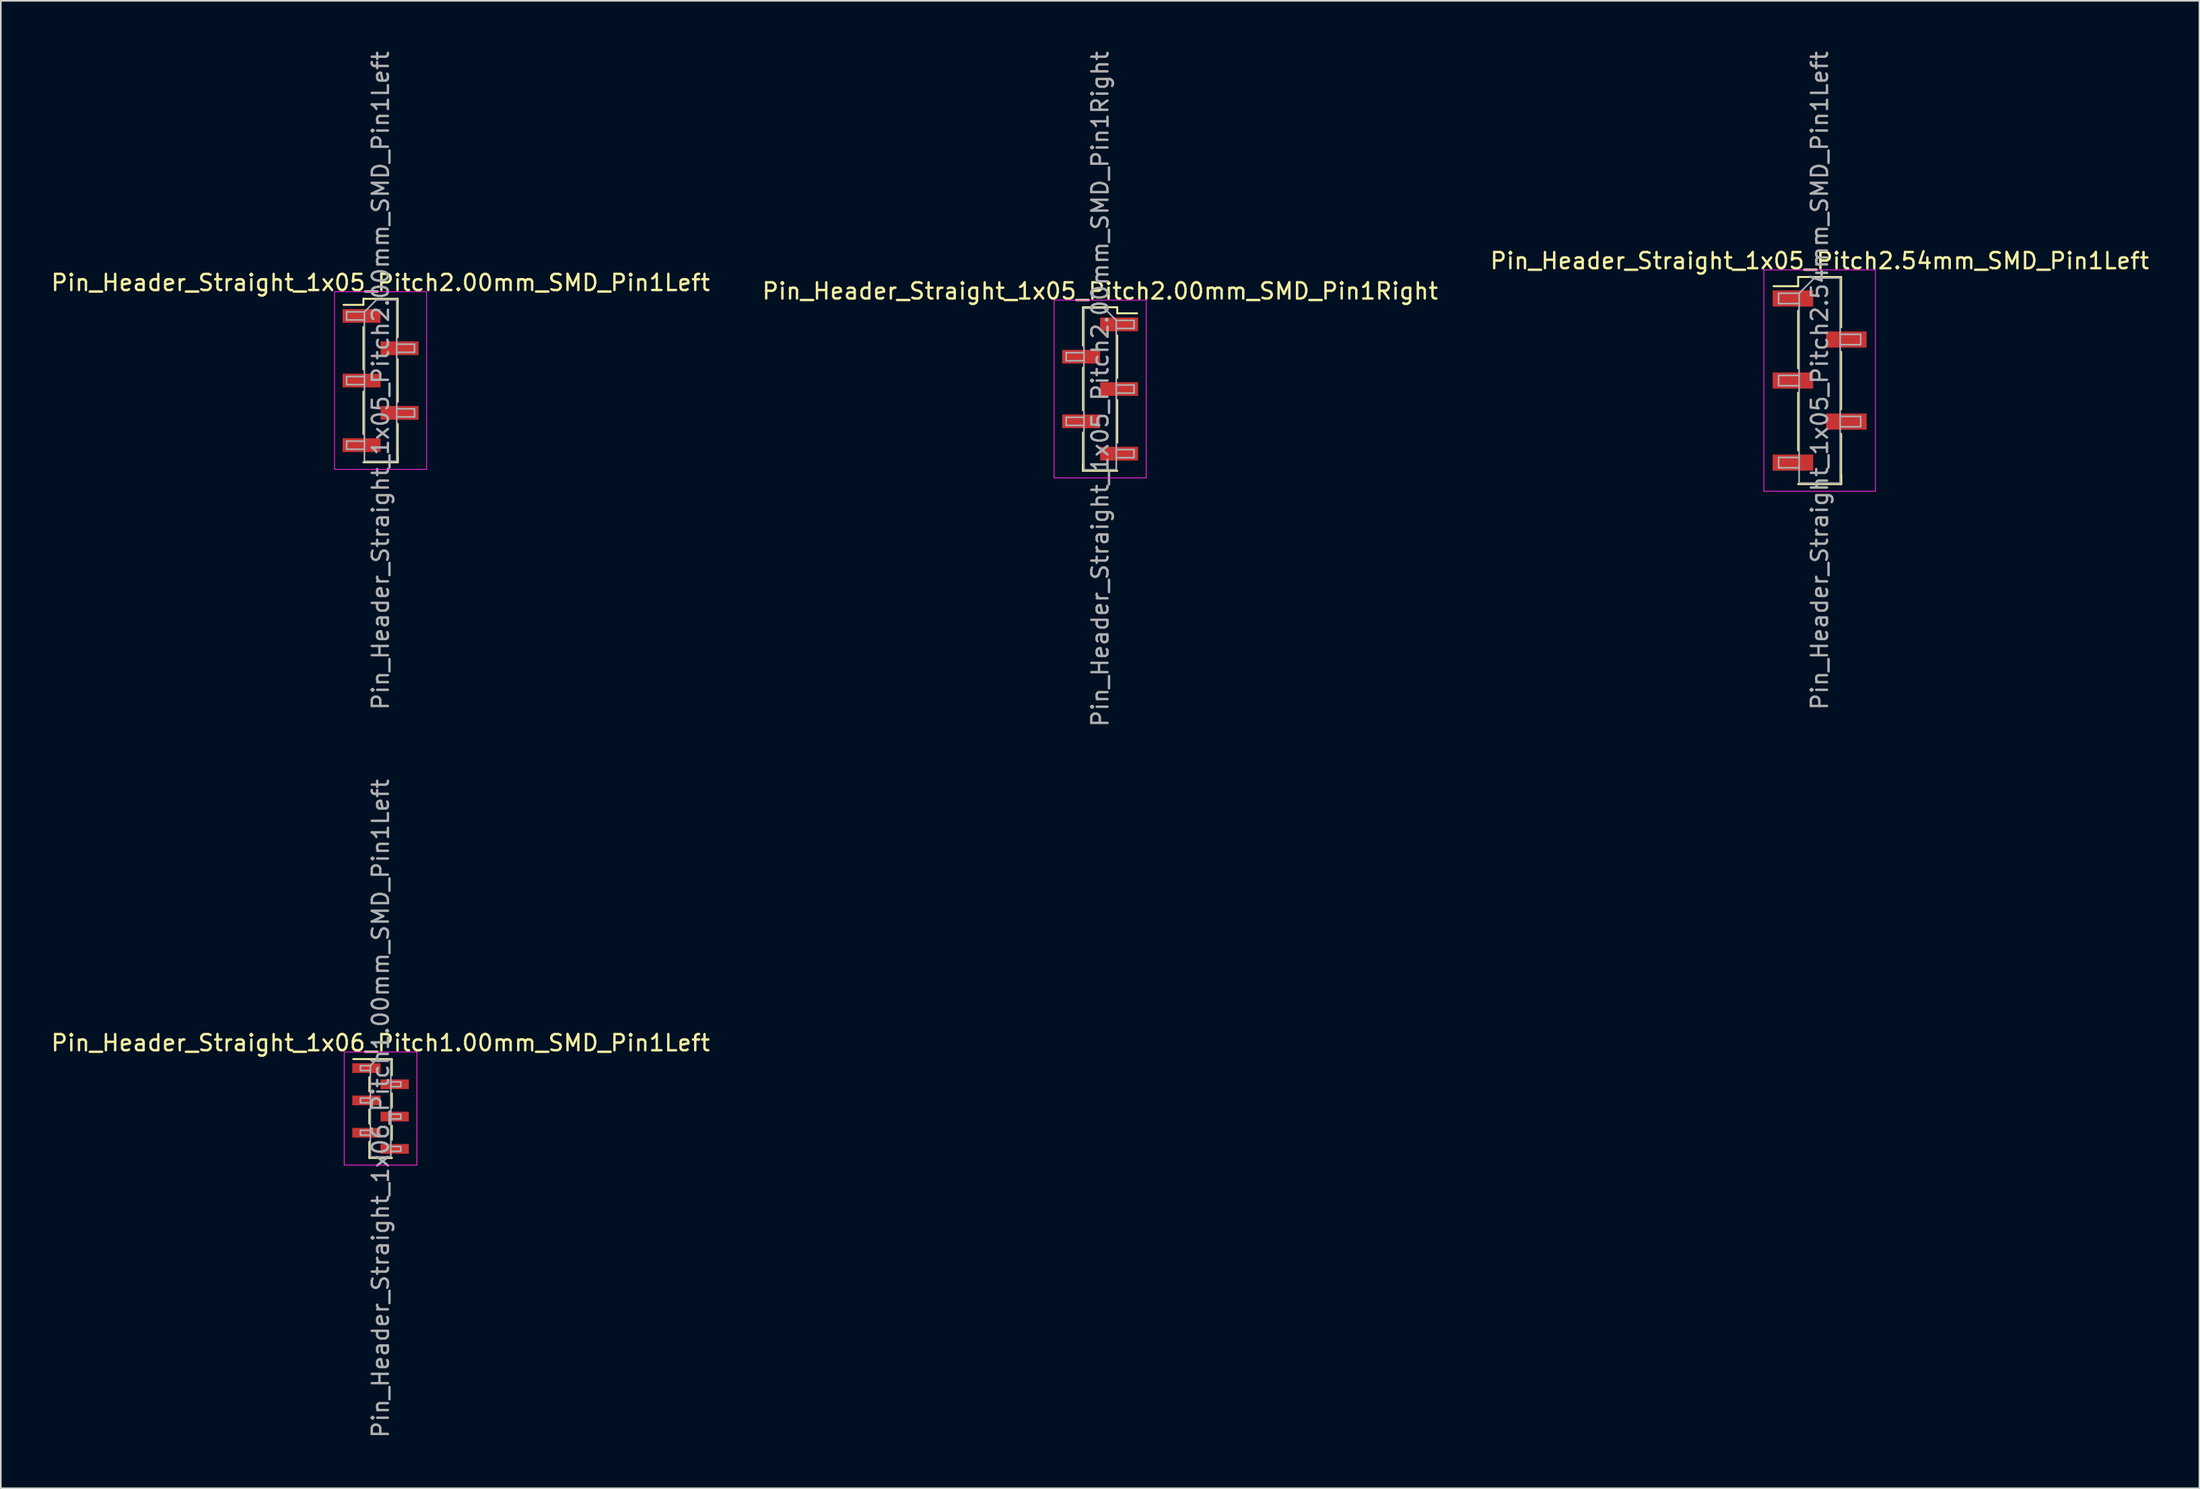
<source format=kicad_pcb>
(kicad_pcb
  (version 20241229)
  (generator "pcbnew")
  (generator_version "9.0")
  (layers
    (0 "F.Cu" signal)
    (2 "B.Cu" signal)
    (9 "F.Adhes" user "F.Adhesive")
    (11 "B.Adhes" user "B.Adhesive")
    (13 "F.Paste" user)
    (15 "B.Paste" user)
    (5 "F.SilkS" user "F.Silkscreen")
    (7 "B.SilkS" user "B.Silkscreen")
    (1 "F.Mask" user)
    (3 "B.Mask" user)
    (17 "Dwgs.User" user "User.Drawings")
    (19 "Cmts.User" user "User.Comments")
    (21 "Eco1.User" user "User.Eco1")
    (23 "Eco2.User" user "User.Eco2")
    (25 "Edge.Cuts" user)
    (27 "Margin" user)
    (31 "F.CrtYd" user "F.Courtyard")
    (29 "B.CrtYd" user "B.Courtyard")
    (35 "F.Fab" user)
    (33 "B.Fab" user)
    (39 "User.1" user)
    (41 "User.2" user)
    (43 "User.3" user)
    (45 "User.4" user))
  (footprint "Pin_Header_Straight_1x05_Pitch2.00mm_SMD_Pin1Left"
    (layer "F.Cu")
    (at 20.506 20.506)
    (property "Reference" "Pin_Header_Straight_1x05_Pitch2.00mm_SMD_Pin1Left" (at 0 -6.06 0) (layer "F.SilkS") (effects (font (size 1 1) (thickness 0.15))))
    (attr smd)
    (fp_line (start -1.06 -5.06) (end -1.06 -4.685) (stroke (width 0.12) (type solid)) (layer "F.SilkS"))
    (fp_line (start -1.06 -5.06) (end 1.06 -5.06) (stroke (width 0.12) (type solid)) (layer "F.SilkS"))
    (fp_line (start -1.06 -4.685) (end -2.29 -4.685) (stroke (width 0.12) (type solid)) (layer "F.SilkS"))
    (fp_line (start -1.06 -3.315) (end -1.06 -0.685) (stroke (width 0.12) (type solid)) (layer "F.SilkS"))
    (fp_line (start -1.06 0.685) (end -1.06 3.315) (stroke (width 0.12) (type solid)) (layer "F.SilkS"))
    (fp_line (start -1.06 5.06) (end 1.06 5.06) (stroke (width 0.12) (type solid)) (layer "F.SilkS"))
    (fp_line (start 1.06 -5.06) (end 1.06 -2.685) (stroke (width 0.12) (type solid)) (layer "F.SilkS"))
    (fp_line (start 1.06 -1.315) (end 1.06 1.315) (stroke (width 0.12) (type solid)) (layer "F.SilkS"))
    (fp_line (start 1.06 2.685) (end 1.06 5.06) (stroke (width 0.12) (type solid)) (layer "F.SilkS"))
    (fp_line (start 1.06 4.685) (end 1.06 5.06) (stroke (width 0.12) (type solid)) (layer "F.SilkS"))
    (fp_line (start -2.85 -5.5) (end -2.85 5.5) (stroke (width 0.05) (type solid)) (layer "F.CrtYd"))
    (fp_line (start -2.85 5.5) (end 2.85 5.5) (stroke (width 0.05) (type solid)) (layer "F.CrtYd"))
    (fp_line (start 2.85 -5.5) (end -2.85 -5.5) (stroke (width 0.05) (type solid)) (layer "F.CrtYd"))
    (fp_line (start 2.85 5.5) (end 2.85 -5.5) (stroke (width 0.05) (type solid)) (layer "F.CrtYd"))
    (fp_line (start -2.1 -4.25) (end -2.1 -3.75) (stroke (width 0.1) (type solid)) (layer "F.Fab"))
    (fp_line (start -2.1 -3.75) (end -1 -3.75) (stroke (width 0.1) (type solid)) (layer "F.Fab"))
    (fp_line (start -2.1 -0.25) (end -2.1 0.25) (stroke (width 0.1) (type solid)) (layer "F.Fab"))
    (fp_line (start -2.1 0.25) (end -1 0.25) (stroke (width 0.1) (type solid)) (layer "F.Fab"))
    (fp_line (start -2.1 3.75) (end -2.1 4.25) (stroke (width 0.1) (type solid)) (layer "F.Fab"))
    (fp_line (start -2.1 4.25) (end -1 4.25) (stroke (width 0.1) (type solid)) (layer "F.Fab"))
    (fp_line (start -1 -4.25) (end -2.1 -4.25) (stroke (width 0.1) (type solid)) (layer "F.Fab"))
    (fp_line (start -1 -4.25) (end -0.25 -5) (stroke (width 0.1) (type solid)) (layer "F.Fab"))
    (fp_line (start -1 -0.25) (end -2.1 -0.25) (stroke (width 0.1) (type solid)) (layer "F.Fab"))
    (fp_line (start -1 3.75) (end -2.1 3.75) (stroke (width 0.1) (type solid)) (layer "F.Fab"))
    (fp_line (start -1 5) (end -1 -4.25) (stroke (width 0.1) (type solid)) (layer "F.Fab"))
    (fp_line (start -0.25 -5) (end 1 -5) (stroke (width 0.1) (type solid)) (layer "F.Fab"))
    (fp_line (start 1 -5) (end 1 5) (stroke (width 0.1) (type solid)) (layer "F.Fab"))
    (fp_line (start 1 -2.25) (end 2.1 -2.25) (stroke (width 0.1) (type solid)) (layer "F.Fab"))
    (fp_line (start 1 1.75) (end 2.1 1.75) (stroke (width 0.1) (type solid)) (layer "F.Fab"))
    (fp_line (start 1 5) (end -1 5) (stroke (width 0.1) (type solid)) (layer "F.Fab"))
    (fp_line (start 2.1 -2.25) (end 2.1 -1.75) (stroke (width 0.1) (type solid)) (layer "F.Fab"))
    (fp_line (start 2.1 -1.75) (end 1 -1.75) (stroke (width 0.1) (type solid)) (layer "F.Fab"))
    (fp_line (start 2.1 1.75) (end 2.1 2.25) (stroke (width 0.1) (type solid)) (layer "F.Fab"))
    (fp_line (start 2.1 2.25) (end 1 2.25) (stroke (width 0.1) (type solid)) (layer "F.Fab"))
    (fp_text user "${REFERENCE}" (at 0 0 90) (layer "F.Fab") (effects (font (size 1 1) (thickness 0.15))))
    (pad "1" smd rect (at -1.175 -4) (size 2.35 0.85) (layers "F.Cu" "F.Mask" "F.Paste"))
    (pad "2" smd rect (at 1.175 -2) (size 2.35 0.85) (layers "F.Cu" "F.Mask" "F.Paste"))
    (pad "3" smd rect (at -1.175 0) (size 2.35 0.85) (layers "F.Cu" "F.Mask" "F.Paste"))
    (pad "4" smd rect (at 1.175 2) (size 2.35 0.85) (layers "F.Cu" "F.Mask" "F.Paste"))
    (pad "5" smd rect (at -1.175 4) (size 2.35 0.85) (layers "F.Cu" "F.Mask" "F.Paste")))
  (footprint "Pin_Header_Straight_1x06_Pitch1.00mm_SMD_Pin1Left"
    (layer "F.Cu")
    (at 20.506 65.565)
    (property "Reference" "Pin_Header_Straight_1x06_Pitch1.00mm_SMD_Pin1Left" (at 0 -4.06 0) (layer "F.SilkS") (effects (font (size 1 1) (thickness 0.15))))
    (attr smd)
    (fp_line (start -0.695 -3.06) (end -1.69 -3.06) (stroke (width 0.12) (type solid)) (layer "F.SilkS"))
    (fp_line (start -0.695 -3.06) (end -0.695 -3.06) (stroke (width 0.12) (type solid)) (layer "F.SilkS"))
    (fp_line (start -0.695 -3.06) (end 0.695 -3.06) (stroke (width 0.12) (type solid)) (layer "F.SilkS"))
    (fp_line (start -0.695 -1.94) (end -0.695 -1.06) (stroke (width 0.12) (type solid)) (layer "F.SilkS"))
    (fp_line (start -0.695 0.06) (end -0.695 0.94) (stroke (width 0.12) (type solid)) (layer "F.SilkS"))
    (fp_line (start -0.695 2.06) (end -0.695 3.06) (stroke (width 0.12) (type solid)) (layer "F.SilkS"))
    (fp_line (start -0.695 3.06) (end 0.695 3.06) (stroke (width 0.12) (type solid)) (layer "F.SilkS"))
    (fp_line (start 0.695 -3.06) (end 0.695 -2.06) (stroke (width 0.12) (type solid)) (layer "F.SilkS"))
    (fp_line (start 0.695 -0.94) (end 0.695 -0.06) (stroke (width 0.12) (type solid)) (layer "F.SilkS"))
    (fp_line (start 0.695 1.06) (end 0.695 1.94) (stroke (width 0.12) (type solid)) (layer "F.SilkS"))
    (fp_line (start 0.695 3.06) (end 0.695 3.06) (stroke (width 0.12) (type solid)) (layer "F.SilkS"))
    (fp_line (start -2.25 -3.5) (end -2.25 3.5) (stroke (width 0.05) (type solid)) (layer "F.CrtYd"))
    (fp_line (start -2.25 3.5) (end 2.25 3.5) (stroke (width 0.05) (type solid)) (layer "F.CrtYd"))
    (fp_line (start 2.25 -3.5) (end -2.25 -3.5) (stroke (width 0.05) (type solid)) (layer "F.CrtYd"))
    (fp_line (start 2.25 3.5) (end 2.25 -3.5) (stroke (width 0.05) (type solid)) (layer "F.CrtYd"))
    (fp_line (start -1.25 -2.65) (end -1.25 -2.35) (stroke (width 0.1) (type solid)) (layer "F.Fab"))
    (fp_line (start -1.25 -2.35) (end -0.635 -2.35) (stroke (width 0.1) (type solid)) (layer "F.Fab"))
    (fp_line (start -1.25 -0.65) (end -1.25 -0.35) (stroke (width 0.1) (type solid)) (layer "F.Fab"))
    (fp_line (start -1.25 -0.35) (end -0.635 -0.35) (stroke (width 0.1) (type solid)) (layer "F.Fab"))
    (fp_line (start -1.25 1.35) (end -1.25 1.65) (stroke (width 0.1) (type solid)) (layer "F.Fab"))
    (fp_line (start -1.25 1.65) (end -0.635 1.65) (stroke (width 0.1) (type solid)) (layer "F.Fab"))
    (fp_line (start -0.635 -2.65) (end -1.25 -2.65) (stroke (width 0.1) (type solid)) (layer "F.Fab"))
    (fp_line (start -0.635 -2.65) (end -0.285 -3) (stroke (width 0.1) (type solid)) (layer "F.Fab"))
    (fp_line (start -0.635 -0.65) (end -1.25 -0.65) (stroke (width 0.1) (type solid)) (layer "F.Fab"))
    (fp_line (start -0.635 1.35) (end -1.25 1.35) (stroke (width 0.1) (type solid)) (layer "F.Fab"))
    (fp_line (start -0.635 3) (end -0.635 -2.65) (stroke (width 0.1) (type solid)) (layer "F.Fab"))
    (fp_line (start -0.285 -3) (end 0.635 -3) (stroke (width 0.1) (type solid)) (layer "F.Fab"))
    (fp_line (start 0.635 -3) (end 0.635 3) (stroke (width 0.1) (type solid)) (layer "F.Fab"))
    (fp_line (start 0.635 -1.65) (end 1.25 -1.65) (stroke (width 0.1) (type solid)) (layer "F.Fab"))
    (fp_line (start 0.635 0.35) (end 1.25 0.35) (stroke (width 0.1) (type solid)) (layer "F.Fab"))
    (fp_line (start 0.635 2.35) (end 1.25 2.35) (stroke (width 0.1) (type solid)) (layer "F.Fab"))
    (fp_line (start 0.635 3) (end -0.635 3) (stroke (width 0.1) (type solid)) (layer "F.Fab"))
    (fp_line (start 1.25 -1.65) (end 1.25 -1.35) (stroke (width 0.1) (type solid)) (layer "F.Fab"))
    (fp_line (start 1.25 -1.35) (end 0.635 -1.35) (stroke (width 0.1) (type solid)) (layer "F.Fab"))
    (fp_line (start 1.25 0.35) (end 1.25 0.65) (stroke (width 0.1) (type solid)) (layer "F.Fab"))
    (fp_line (start 1.25 0.65) (end 0.635 0.65) (stroke (width 0.1) (type solid)) (layer "F.Fab"))
    (fp_line (start 1.25 2.35) (end 1.25 2.65) (stroke (width 0.1) (type solid)) (layer "F.Fab"))
    (fp_line (start 1.25 2.65) (end 0.635 2.65) (stroke (width 0.1) (type solid)) (layer "F.Fab"))
    (fp_text user "${REFERENCE}" (at 0 0 90) (layer "F.Fab") (effects (font (size 1 1) (thickness 0.15))))
    (pad "1" smd rect (at -0.875 -2.5) (size 1.75 0.6) (layers "F.Cu" "F.Mask" "F.Paste"))
    (pad "2" smd rect (at 0.875 -1.5) (size 1.75 0.6) (layers "F.Cu" "F.Mask" "F.Paste"))
    (pad "3" smd rect (at -0.875 -0.5) (size 1.75 0.6) (layers "F.Cu" "F.Mask" "F.Paste"))
    (pad "4" smd rect (at 0.875 0.5) (size 1.75 0.6) (layers "F.Cu" "F.Mask" "F.Paste"))
    (pad "5" smd rect (at -0.875 1.5) (size 1.75 0.6) (layers "F.Cu" "F.Mask" "F.Paste"))
    (pad "6" smd rect (at 0.875 2.5) (size 1.75 0.6) (layers "F.Cu" "F.Mask" "F.Paste")))
  (footprint "Pin_Header_Straight_1x05_Pitch2.00mm_SMD_Pin1Right"
    (layer "F.Cu")
    (at 65.042 21.03)
    (property "Reference" "Pin_Header_Straight_1x05_Pitch2.00mm_SMD_Pin1Right" (at 0 -6.06 0) (layer "F.SilkS") (effects (font (size 1 1) (thickness 0.15))))
    (attr smd)
    (fp_line (start -1.06 -5.06) (end -1.06 -2.685) (stroke (width 0.12) (type solid)) (layer "F.SilkS"))
    (fp_line (start -1.06 -5.06) (end 1.06 -5.06) (stroke (width 0.12) (type solid)) (layer "F.SilkS"))
    (fp_line (start -1.06 -1.315) (end -1.06 1.315) (stroke (width 0.12) (type solid)) (layer "F.SilkS"))
    (fp_line (start -1.06 2.685) (end -1.06 5.06) (stroke (width 0.12) (type solid)) (layer "F.SilkS"))
    (fp_line (start -1.06 4.685) (end -1.06 5.06) (stroke (width 0.12) (type solid)) (layer "F.SilkS"))
    (fp_line (start -1.06 5.06) (end 1.06 5.06) (stroke (width 0.12) (type solid)) (layer "F.SilkS"))
    (fp_line (start 1.06 -5.06) (end 1.06 -4.685) (stroke (width 0.12) (type solid)) (layer "F.SilkS"))
    (fp_line (start 1.06 -4.685) (end 2.29 -4.685) (stroke (width 0.12) (type solid)) (layer "F.SilkS"))
    (fp_line (start 1.06 -3.315) (end 1.06 -0.685) (stroke (width 0.12) (type solid)) (layer "F.SilkS"))
    (fp_line (start 1.06 0.685) (end 1.06 3.315) (stroke (width 0.12) (type solid)) (layer "F.SilkS"))
    (fp_line (start -2.85 -5.5) (end -2.85 5.5) (stroke (width 0.05) (type solid)) (layer "F.CrtYd"))
    (fp_line (start -2.85 5.5) (end 2.85 5.5) (stroke (width 0.05) (type solid)) (layer "F.CrtYd"))
    (fp_line (start 2.85 -5.5) (end -2.85 -5.5) (stroke (width 0.05) (type solid)) (layer "F.CrtYd"))
    (fp_line (start 2.85 5.5) (end 2.85 -5.5) (stroke (width 0.05) (type solid)) (layer "F.CrtYd"))
    (fp_line (start -2.1 -2.25) (end -2.1 -1.75) (stroke (width 0.1) (type solid)) (layer "F.Fab"))
    (fp_line (start -2.1 -1.75) (end -1 -1.75) (stroke (width 0.1) (type solid)) (layer "F.Fab"))
    (fp_line (start -2.1 1.75) (end -2.1 2.25) (stroke (width 0.1) (type solid)) (layer "F.Fab"))
    (fp_line (start -2.1 2.25) (end -1 2.25) (stroke (width 0.1) (type solid)) (layer "F.Fab"))
    (fp_line (start -1 -5) (end -1 5) (stroke (width 0.1) (type solid)) (layer "F.Fab"))
    (fp_line (start -1 -5) (end 0.25 -5) (stroke (width 0.1) (type solid)) (layer "F.Fab"))
    (fp_line (start -1 -2.25) (end -2.1 -2.25) (stroke (width 0.1) (type solid)) (layer "F.Fab"))
    (fp_line (start -1 1.75) (end -2.1 1.75) (stroke (width 0.1) (type solid)) (layer "F.Fab"))
    (fp_line (start 1 -4.25) (end 0.25 -5) (stroke (width 0.1) (type solid)) (layer "F.Fab"))
    (fp_line (start 1 -4.25) (end 2.1 -4.25) (stroke (width 0.1) (type solid)) (layer "F.Fab"))
    (fp_line (start 1 -0.25) (end 2.1 -0.25) (stroke (width 0.1) (type solid)) (layer "F.Fab"))
    (fp_line (start 1 3.75) (end 2.1 3.75) (stroke (width 0.1) (type solid)) (layer "F.Fab"))
    (fp_line (start 1 5) (end -1 5) (stroke (width 0.1) (type solid)) (layer "F.Fab"))
    (fp_line (start 1 5) (end 1 -4.25) (stroke (width 0.1) (type solid)) (layer "F.Fab"))
    (fp_line (start 2.1 -4.25) (end 2.1 -3.75) (stroke (width 0.1) (type solid)) (layer "F.Fab"))
    (fp_line (start 2.1 -3.75) (end 1 -3.75) (stroke (width 0.1) (type solid)) (layer "F.Fab"))
    (fp_line (start 2.1 -0.25) (end 2.1 0.25) (stroke (width 0.1) (type solid)) (layer "F.Fab"))
    (fp_line (start 2.1 0.25) (end 1 0.25) (stroke (width 0.1) (type solid)) (layer "F.Fab"))
    (fp_line (start 2.1 3.75) (end 2.1 4.25) (stroke (width 0.1) (type solid)) (layer "F.Fab"))
    (fp_line (start 2.1 4.25) (end 1 4.25) (stroke (width 0.1) (type solid)) (layer "F.Fab"))
    (fp_text user "${REFERENCE}" (at 0 0 90) (layer "F.Fab") (effects (font (size 1 1) (thickness 0.15))))
    (pad "1" smd rect (at 1.175 -4) (size 2.35 0.85) (layers "F.Cu" "F.Mask" "F.Paste"))
    (pad "2" smd rect (at -1.175 -2) (size 2.35 0.85) (layers "F.Cu" "F.Mask" "F.Paste"))
    (pad "3" smd rect (at 1.175 0) (size 2.35 0.85) (layers "F.Cu" "F.Mask" "F.Paste"))
    (pad "4" smd rect (at -1.175 2) (size 2.35 0.85) (layers "F.Cu" "F.Mask" "F.Paste"))
    (pad "5" smd rect (at 1.175 4) (size 2.35 0.85) (layers "F.Cu" "F.Mask" "F.Paste")))
  (footprint "Pin_Header_Straight_1x05_Pitch2.54mm_SMD_Pin1Left"
    (layer "F.Cu")
    (at 109.577 20.506)
    (property "Reference" "Pin_Header_Straight_1x05_Pitch2.54mm_SMD_Pin1Left" (at 0 -7.41 0) (layer "F.SilkS") (effects (font (size 1 1) (thickness 0.15))))
    (attr smd)
    (fp_line (start -1.33 -6.41) (end -1.33 -5.84) (stroke (width 0.12) (type solid)) (layer "F.SilkS"))
    (fp_line (start -1.33 -6.41) (end 1.33 -6.41) (stroke (width 0.12) (type solid)) (layer "F.SilkS"))
    (fp_line (start -1.33 -5.84) (end -2.85 -5.84) (stroke (width 0.12) (type solid)) (layer "F.SilkS"))
    (fp_line (start -1.33 -4.32) (end -1.33 -0.76) (stroke (width 0.12) (type solid)) (layer "F.SilkS"))
    (fp_line (start -1.33 0.76) (end -1.33 4.32) (stroke (width 0.12) (type solid)) (layer "F.SilkS"))
    (fp_line (start -1.33 6.41) (end 1.33 6.41) (stroke (width 0.12) (type solid)) (layer "F.SilkS"))
    (fp_line (start 1.33 -6.41) (end 1.33 -3.3) (stroke (width 0.12) (type solid)) (layer "F.SilkS"))
    (fp_line (start 1.33 -1.78) (end 1.33 1.78) (stroke (width 0.12) (type solid)) (layer "F.SilkS"))
    (fp_line (start 1.33 3.3) (end 1.33 6.41) (stroke (width 0.12) (type solid)) (layer "F.SilkS"))
    (fp_line (start 1.33 5.84) (end 1.33 6.41) (stroke (width 0.12) (type solid)) (layer "F.SilkS"))
    (fp_line (start -3.45 -6.85) (end -3.45 6.85) (stroke (width 0.05) (type solid)) (layer "F.CrtYd"))
    (fp_line (start -3.45 6.85) (end 3.45 6.85) (stroke (width 0.05) (type solid)) (layer "F.CrtYd"))
    (fp_line (start 3.45 -6.85) (end -3.45 -6.85) (stroke (width 0.05) (type solid)) (layer "F.CrtYd"))
    (fp_line (start 3.45 6.85) (end 3.45 -6.85) (stroke (width 0.05) (type solid)) (layer "F.CrtYd"))
    (fp_line (start -2.54 -5.4) (end -2.54 -4.76) (stroke (width 0.1) (type solid)) (layer "F.Fab"))
    (fp_line (start -2.54 -4.76) (end -1.27 -4.76) (stroke (width 0.1) (type solid)) (layer "F.Fab"))
    (fp_line (start -2.54 -0.32) (end -2.54 0.32) (stroke (width 0.1) (type solid)) (layer "F.Fab"))
    (fp_line (start -2.54 0.32) (end -1.27 0.32) (stroke (width 0.1) (type solid)) (layer "F.Fab"))
    (fp_line (start -2.54 4.76) (end -2.54 5.4) (stroke (width 0.1) (type solid)) (layer "F.Fab"))
    (fp_line (start -2.54 5.4) (end -1.27 5.4) (stroke (width 0.1) (type solid)) (layer "F.Fab"))
    (fp_line (start -1.27 -5.4) (end -2.54 -5.4) (stroke (width 0.1) (type solid)) (layer "F.Fab"))
    (fp_line (start -1.27 -5.4) (end -0.32 -6.35) (stroke (width 0.1) (type solid)) (layer "F.Fab"))
    (fp_line (start -1.27 -0.32) (end -2.54 -0.32) (stroke (width 0.1) (type solid)) (layer "F.Fab"))
    (fp_line (start -1.27 4.76) (end -2.54 4.76) (stroke (width 0.1) (type solid)) (layer "F.Fab"))
    (fp_line (start -1.27 6.35) (end -1.27 -5.4) (stroke (width 0.1) (type solid)) (layer "F.Fab"))
    (fp_line (start -0.32 -6.35) (end 1.27 -6.35) (stroke (width 0.1) (type solid)) (layer "F.Fab"))
    (fp_line (start 1.27 -6.35) (end 1.27 6.35) (stroke (width 0.1) (type solid)) (layer "F.Fab"))
    (fp_line (start 1.27 -2.86) (end 2.54 -2.86) (stroke (width 0.1) (type solid)) (layer "F.Fab"))
    (fp_line (start 1.27 2.22) (end 2.54 2.22) (stroke (width 0.1) (type solid)) (layer "F.Fab"))
    (fp_line (start 1.27 6.35) (end -1.27 6.35) (stroke (width 0.1) (type solid)) (layer "F.Fab"))
    (fp_line (start 2.54 -2.86) (end 2.54 -2.22) (stroke (width 0.1) (type solid)) (layer "F.Fab"))
    (fp_line (start 2.54 -2.22) (end 1.27 -2.22) (stroke (width 0.1) (type solid)) (layer "F.Fab"))
    (fp_line (start 2.54 2.22) (end 2.54 2.86) (stroke (width 0.1) (type solid)) (layer "F.Fab"))
    (fp_line (start 2.54 2.86) (end 1.27 2.86) (stroke (width 0.1) (type solid)) (layer "F.Fab"))
    (fp_text user "${REFERENCE}" (at 0 0 90) (layer "F.Fab") (effects (font (size 1 1) (thickness 0.15))))
    (pad "1" smd rect (at -1.655 -5.08) (size 2.51 1) (layers "F.Cu" "F.Mask" "F.Paste"))
    (pad "2" smd rect (at 1.655 -2.54) (size 2.51 1) (layers "F.Cu" "F.Mask" "F.Paste"))
    (pad "3" smd rect (at -1.655 0) (size 2.51 1) (layers "F.Cu" "F.Mask" "F.Paste"))
    (pad "4" smd rect (at 1.655 2.54) (size 2.51 1) (layers "F.Cu" "F.Mask" "F.Paste"))
    (pad "5" smd rect (at -1.655 5.08) (size 2.51 1) (layers "F.Cu" "F.Mask" "F.Paste")))
  (gr_rect
    (start -3 -3)
    (end 133.083 89.071)
    (stroke (width 0.1) (type default))
    (fill no)
    (layer "Edge.Cuts")))
</source>
